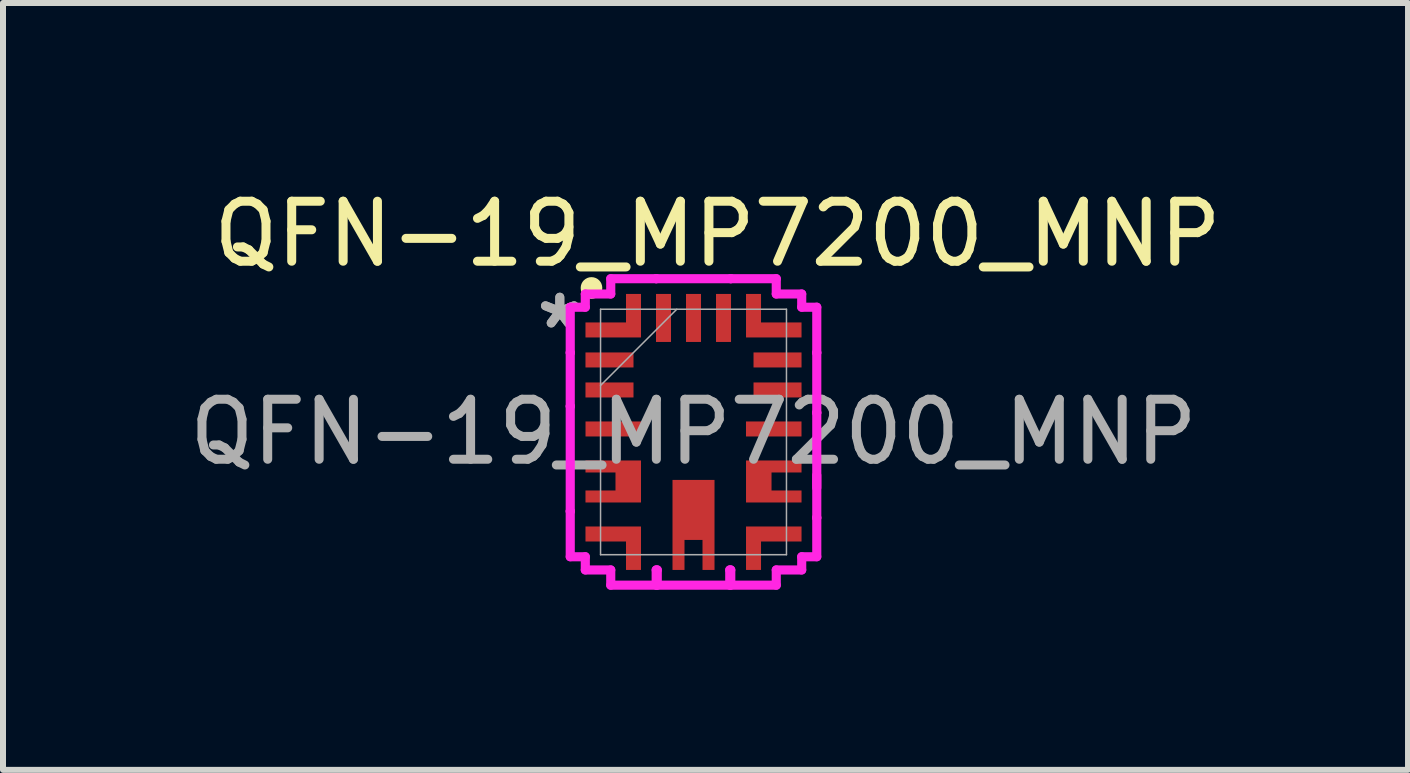
<source format=kicad_pcb>
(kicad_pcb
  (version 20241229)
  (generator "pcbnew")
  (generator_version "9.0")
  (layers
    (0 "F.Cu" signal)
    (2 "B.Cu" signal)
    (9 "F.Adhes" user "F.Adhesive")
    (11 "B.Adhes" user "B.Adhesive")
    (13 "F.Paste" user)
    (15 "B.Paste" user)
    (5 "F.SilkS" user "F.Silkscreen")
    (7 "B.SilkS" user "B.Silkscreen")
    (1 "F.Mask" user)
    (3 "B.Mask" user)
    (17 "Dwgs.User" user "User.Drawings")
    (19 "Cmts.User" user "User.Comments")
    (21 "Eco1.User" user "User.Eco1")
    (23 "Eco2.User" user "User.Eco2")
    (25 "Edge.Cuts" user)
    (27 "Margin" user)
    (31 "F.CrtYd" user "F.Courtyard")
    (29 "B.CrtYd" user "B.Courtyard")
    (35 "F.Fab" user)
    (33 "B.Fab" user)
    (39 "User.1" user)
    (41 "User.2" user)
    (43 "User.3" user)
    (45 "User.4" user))
  (footprint "QFN-19_MP7200_MNP"
    (layer "F.Cu")
    (at 8.506 4.148)
    (property "Reference" "QFN-19_MP7200_MNP" (at 0.4 -3.3 0) (unlocked yes) (layer "F.SilkS") (effects (font (size 1 1) (thickness 0.15))))
    (attr smd)
    (fp_poly (pts (xy -1.8 1.575) (xy -1.8 1.825) (xy -1.125 1.825) (xy -1.125 2.299) (xy -0.875 2.299) (xy -0.875 1.575)) (stroke (width 0) (type solid)) (fill yes) (layer "F.Cu"))
    (fp_poly (pts (xy -1.8 -1.825) (xy -1.8 -1.575) (xy -0.875 -1.575) (xy -0.875 -2.3) (xy -1.125 -2.3) (xy -1.125 -1.825)) (stroke (width 0) (type solid)) (fill yes) (layer "F.Cu"))
    (fp_poly (pts (xy 1.8 -1.825) (xy 1.8 -1.575) (xy 0.875 -1.575) (xy 0.875 -2.3) (xy 1.125 -2.3) (xy 1.125 -1.825)) (stroke (width 0) (type solid)) (fill yes) (layer "F.Cu"))
    (fp_poly (pts (xy 1.8 1.575) (xy 1.8 1.825) (xy 1.125 1.825) (xy 1.125 2.299) (xy 0.875 2.299) (xy 0.875 1.575)) (stroke (width 0) (type solid)) (fill yes) (layer "F.Cu"))
    (fp_poly (pts (xy -1.8 0.475) (xy -1.8 0.675) (xy -1.3 0.675) (xy -1.3 0.975) (xy -1.8 0.975) (xy -1.8 1.175) (xy -0.875 1.175) (xy -0.875 0.475)) (stroke (width 0) (type solid)) (fill yes) (layer "F.Cu"))
    (fp_poly (pts (xy -0.35 2.299) (xy -0.15 2.299) (xy -0.15 1.799) (xy 0.15 1.799) (xy 0.15 2.299) (xy 0.35 2.299) (xy 0.35 0.799) (xy -0.35 0.799)) (stroke (width 0) (type solid)) (fill yes) (layer "F.Cu"))
    (fp_poly (pts (xy 1.8 0.475) (xy 1.8 0.675) (xy 1.3 0.675) (xy 1.3 0.975) (xy 1.8 0.975) (xy 1.8 1.175) (xy 0.875 1.175) (xy 0.875 0.475)) (stroke (width 0) (type solid)) (fill yes) (layer "F.Cu"))
    (fp_poly (pts (xy -1.8 1.575) (xy -1.8 1.825) (xy -1.125 1.825) (xy -1.125 2.299) (xy -0.875 2.299) (xy -0.875 1.575)) (stroke (width 0) (type solid)) (fill yes) (layer "F.Mask"))
    (fp_poly (pts (xy -1.8 -1.825) (xy -1.8 -1.575) (xy -0.875 -1.575) (xy -0.875 -2.3) (xy -1.125 -2.3) (xy -1.125 -1.825)) (stroke (width 0) (type solid)) (fill yes) (layer "F.Mask"))
    (fp_poly (pts (xy 1.8 -1.825) (xy 1.8 -1.575) (xy 0.875 -1.575) (xy 0.875 -2.3) (xy 1.125 -2.3) (xy 1.125 -1.825)) (stroke (width 0) (type solid)) (fill yes) (layer "F.Mask"))
    (fp_poly (pts (xy 1.8 1.575) (xy 1.8 1.825) (xy 1.125 1.825) (xy 1.125 2.299) (xy 0.875 2.299) (xy 0.875 1.575)) (stroke (width 0) (type solid)) (fill yes) (layer "F.Mask"))
    (fp_poly (pts (xy -1.8 0.475) (xy -1.8 0.675) (xy -1.3 0.675) (xy -1.3 0.975) (xy -1.8 0.975) (xy -1.8 1.175) (xy -0.875 1.175) (xy -0.875 0.475)) (stroke (width 0) (type solid)) (fill yes) (layer "F.Mask"))
    (fp_poly (pts (xy -0.35 2.299) (xy -0.15 2.299) (xy -0.15 1.799) (xy 0.15 1.799) (xy 0.15 2.299) (xy 0.35 2.299) (xy 0.35 0.799) (xy -0.35 0.799)) (stroke (width 0) (type solid)) (fill yes) (layer "F.Mask"))
    (fp_poly (pts (xy 1.8 0.475) (xy 1.8 0.675) (xy 1.3 0.675) (xy 1.3 0.975) (xy 1.8 0.975) (xy 1.8 1.175) (xy 0.875 1.175) (xy 0.875 0.475)) (stroke (width 0) (type solid)) (fill yes) (layer "F.Mask"))
    (fp_circle (center -1.7 -2.4) (end -1.58 -2.4) (stroke (width 0.12) (type solid)) (fill yes) (layer "F.SilkS"))
    (fp_poly (pts (xy -1.8 1.575) (xy -1.8 1.825) (xy -1.125 1.825) (xy -1.125 2.299) (xy -0.875 2.299) (xy -0.875 1.575)) (stroke (width 0) (type solid)) (fill yes) (layer "F.Paste"))
    (fp_poly (pts (xy -1.8 -1.825) (xy -1.8 -1.575) (xy -0.875 -1.575) (xy -0.875 -2.3) (xy -1.125 -2.3) (xy -1.125 -1.825)) (stroke (width 0) (type solid)) (fill yes) (layer "F.Paste"))
    (fp_poly (pts (xy 1.8 -1.825) (xy 1.8 -1.575) (xy 0.875 -1.575) (xy 0.875 -2.3) (xy 1.125 -2.3) (xy 1.125 -1.825)) (stroke (width 0) (type solid)) (fill yes) (layer "F.Paste"))
    (fp_poly (pts (xy 1.8 1.575) (xy 1.8 1.825) (xy 1.125 1.825) (xy 1.125 2.299) (xy 0.875 2.299) (xy 0.875 1.575)) (stroke (width 0) (type solid)) (fill yes) (layer "F.Paste"))
    (fp_poly (pts (xy -1.8 0.475) (xy -1.8 0.675) (xy -1.3 0.675) (xy -1.3 0.975) (xy -1.8 0.975) (xy -1.8 1.175) (xy -0.875 1.175) (xy -0.875 0.475)) (stroke (width 0) (type solid)) (fill yes) (layer "F.Paste"))
    (fp_poly (pts (xy -0.35 2.299) (xy -0.15 2.299) (xy -0.15 1.799) (xy 0.15 1.799) (xy 0.15 2.299) (xy 0.35 2.299) (xy 0.35 0.799) (xy -0.35 0.799)) (stroke (width 0) (type solid)) (fill yes) (layer "F.Paste"))
    (fp_poly (pts (xy 1.8 0.475) (xy 1.8 0.675) (xy 1.3 0.675) (xy 1.3 0.975) (xy 1.8 0.975) (xy 1.8 1.175) (xy 0.875 1.175) (xy 0.875 0.475)) (stroke (width 0) (type solid)) (fill yes) (layer "F.Paste"))
    (fp_line (start -2.054 1.321) (end -2.054 2.079) (stroke (width 0.152) (type solid)) (layer "F.CrtYd"))
    (fp_line (start -2.054 2.079) (end -1.803 2.079) (stroke (width 0.152) (type solid)) (layer "F.CrtYd"))
    (fp_line (start -2.054 -1.321) (end -2.054 -0.429) (stroke (width 0.152) (type solid)) (layer "F.CrtYd"))
    (fp_line (start -2.054 -0.429) (end -2.054 -0.429) (stroke (width 0.152) (type solid)) (layer "F.CrtYd"))
    (fp_line (start -2.054 -2.079) (end -2.054 -1.321) (stroke (width 0.152) (type solid)) (layer "F.CrtYd"))
    (fp_line (start -2.054 -1.321) (end -2.054 -1.321) (stroke (width 0.152) (type solid)) (layer "F.CrtYd"))
    (fp_line (start -2.054 -0.429) (end -2.054 1.321) (stroke (width 0.152) (type solid)) (layer "F.CrtYd"))
    (fp_line (start -2.054 1.321) (end -2.054 1.321) (stroke (width 0.152) (type solid)) (layer "F.CrtYd"))
    (fp_line (start -1.803 -2.299) (end -1.803 -2.079) (stroke (width 0.152) (type solid)) (layer "F.CrtYd"))
    (fp_line (start -1.803 -2.079) (end -2.054 -2.079) (stroke (width 0.152) (type solid)) (layer "F.CrtYd"))
    (fp_line (start -1.803 2.079) (end -1.803 2.299) (stroke (width 0.152) (type solid)) (layer "F.CrtYd"))
    (fp_line (start -1.803 2.299) (end -1.379 2.299) (stroke (width 0.152) (type solid)) (layer "F.CrtYd"))
    (fp_line (start -1.379 2.299) (end -1.379 2.553) (stroke (width 0.152) (type solid)) (layer "F.CrtYd"))
    (fp_line (start -1.379 2.553) (end -0.622 2.553) (stroke (width 0.152) (type solid)) (layer "F.CrtYd"))
    (fp_line (start -1.379 -2.554) (end -1.379 -2.299) (stroke (width 0.152) (type solid)) (layer "F.CrtYd"))
    (fp_line (start -1.379 -2.299) (end -1.803 -2.299) (stroke (width 0.152) (type solid)) (layer "F.CrtYd"))
    (fp_line (start -0.622 2.299) (end -0.604 2.299) (stroke (width 0.152) (type solid)) (layer "F.CrtYd"))
    (fp_line (start -0.622 2.553) (end -0.622 2.299) (stroke (width 0.152) (type solid)) (layer "F.CrtYd"))
    (fp_line (start -0.621 -2.554) (end -1.379 -2.554) (stroke (width 0.152) (type solid)) (layer "F.CrtYd"))
    (fp_line (start -0.621 -2.554) (end -0.621 -2.554) (stroke (width 0.152) (type solid)) (layer "F.CrtYd"))
    (fp_line (start -0.604 2.299) (end -0.604 2.553) (stroke (width 0.152) (type solid)) (layer "F.CrtYd"))
    (fp_line (start -0.604 2.553) (end 0.604 2.553) (stroke (width 0.152) (type solid)) (layer "F.CrtYd"))
    (fp_line (start 0.604 2.299) (end 0.621 2.299) (stroke (width 0.152) (type solid)) (layer "F.CrtYd"))
    (fp_line (start 0.604 2.553) (end 0.604 2.299) (stroke (width 0.152) (type solid)) (layer "F.CrtYd"))
    (fp_line (start 0.621 -2.554) (end 0.621 -2.554) (stroke (width 0.152) (type solid)) (layer "F.CrtYd"))
    (fp_line (start 0.621 -2.554) (end -0.621 -2.554) (stroke (width 0.152) (type solid)) (layer "F.CrtYd"))
    (fp_line (start 0.621 2.299) (end 0.621 2.553) (stroke (width 0.152) (type solid)) (layer "F.CrtYd"))
    (fp_line (start 0.621 2.553) (end 1.379 2.553) (stroke (width 0.152) (type solid)) (layer "F.CrtYd"))
    (fp_line (start 1.379 -2.554) (end 0.621 -2.554) (stroke (width 0.152) (type solid)) (layer "F.CrtYd"))
    (fp_line (start 1.379 -2.299) (end 1.379 -2.554) (stroke (width 0.152) (type solid)) (layer "F.CrtYd"))
    (fp_line (start 1.379 2.299) (end 1.803 2.299) (stroke (width 0.152) (type solid)) (layer "F.CrtYd"))
    (fp_line (start 1.379 2.553) (end 1.379 2.299) (stroke (width 0.152) (type solid)) (layer "F.CrtYd"))
    (fp_line (start 1.803 -2.299) (end 1.379 -2.299) (stroke (width 0.152) (type solid)) (layer "F.CrtYd"))
    (fp_line (start 1.803 -2.079) (end 1.803 -2.299) (stroke (width 0.152) (type solid)) (layer "F.CrtYd"))
    (fp_line (start 1.803 2.079) (end 2.054 2.079) (stroke (width 0.152) (type solid)) (layer "F.CrtYd"))
    (fp_line (start 1.803 2.299) (end 1.803 2.079) (stroke (width 0.152) (type solid)) (layer "F.CrtYd"))
    (fp_line (start 2.054 -2.079) (end 1.803 -2.079) (stroke (width 0.152) (type solid)) (layer "F.CrtYd"))
    (fp_line (start 2.054 -1.321) (end 2.054 -2.079) (stroke (width 0.152) (type solid)) (layer "F.CrtYd"))
    (fp_line (start 2.054 -0.321) (end 2.054 -0.321) (stroke (width 0.152) (type solid)) (layer "F.CrtYd"))
    (fp_line (start 2.054 0.929) (end 2.054 -0.321) (stroke (width 0.152) (type solid)) (layer "F.CrtYd"))
    (fp_line (start 2.054 1.429) (end 2.054 0.721) (stroke (width 0.152) (type solid)) (layer "F.CrtYd"))
    (fp_line (start 2.054 1.429) (end 2.054 1.429) (stroke (width 0.152) (type solid)) (layer "F.CrtYd"))
    (fp_line (start 2.054 2.079) (end 2.054 1.429) (stroke (width 0.152) (type solid)) (layer "F.CrtYd"))
    (fp_line (start 2.054 -1.321) (end 2.054 -1.321) (stroke (width 0.152) (type solid)) (layer "F.CrtYd"))
    (fp_line (start 2.054 -0.321) (end 2.054 -1.321) (stroke (width 0.152) (type solid)) (layer "F.CrtYd"))
    (fp_line (start -1.549 -2.045) (end -1.549 2.045) (stroke (width 0.025) (type solid)) (layer "F.Fab"))
    (fp_line (start -1.549 -0.775) (end -0.279 -2.045) (stroke (width 0.025) (type solid)) (layer "F.Fab"))
    (fp_line (start -1.549 2.045) (end 1.549 2.045) (stroke (width 0.025) (type solid)) (layer "F.Fab"))
    (fp_line (start 1.549 -2.045) (end -1.549 -2.045) (stroke (width 0.025) (type solid)) (layer "F.Fab"))
    (fp_line (start 1.549 2.045) (end 1.549 -2.045) (stroke (width 0.025) (type solid)) (layer "F.Fab"))
    (fp_text user "*" (at -2.228 -1.7 0) (unlocked yes) (layer "F.Fab") (effects (font (size 1 1) (thickness 0.15))))
    (fp_text user "*" (at -2.228 -1.7 0) (layer "F.Fab") (effects (font (size 1 1) (thickness 0.15))))
    (fp_text user "${REFERENCE}" (at 0 0 0) (unlocked yes) (layer "F.Fab") (effects (font (size 1 1) (thickness 0.15))))
    (pad "1" smd rect (at -1.337 -1.7) (size 0.127 0.127) (layers "F.Cu" "F.Mask" "F.Paste"))
    (pad "2" smd rect (at -1.4 -1.2) (size 0.8 0.25) (layers "F.Cu" "F.Mask" "F.Paste"))
    (pad "3" smd rect (at -1.4 -0.7) (size 0.8 0.25) (layers "F.Cu" "F.Mask" "F.Paste"))
    (pad "4" smd rect (at -1.337 -0.05) (size 0.925 0.25) (layers "F.Cu" "F.Mask" "F.Paste"))
    (pad "5" smd rect (at -1.337 0.575) (size 0.127 0.127) (layers "F.Cu" "F.Mask" "F.Paste"))
    (pad "6" smd rect (at -1.337 1.075) (size 0.127 0.127) (layers "F.Cu" "F.Mask" "F.Paste"))
    (pad "7" smd rect (at -1.337 1.7) (size 0.127 0.127) (layers "F.Cu" "F.Mask" "F.Paste"))
    (pad "8" smd rect (at -0.25 1.837 90) (size 0.127 0.127) (layers "F.Cu" "F.Mask" "F.Paste"))
    (pad "9" smd rect (at 0.25 1.837 90) (size 0.127 0.127) (layers "F.Cu" "F.Mask" "F.Paste"))
    (pad "10" smd rect (at 1.337 1.7) (size 0.127 0.127) (layers "F.Cu" "F.Mask" "F.Paste"))
    (pad "11" smd rect (at 1.337 1.075) (size 0.127 0.127) (layers "F.Cu" "F.Mask" "F.Paste"))
    (pad "12" smd rect (at 1.337 0.575) (size 0.127 0.127) (layers "F.Cu" "F.Mask" "F.Paste"))
    (pad "13" smd rect (at 1.337 -0.05) (size 0.925 0.25) (layers "F.Cu" "F.Mask" "F.Paste"))
    (pad "14" smd rect (at 1.4 -0.7) (size 0.8 0.25) (layers "F.Cu" "F.Mask" "F.Paste"))
    (pad "15" smd rect (at 1.4 -1.2) (size 0.8 0.25) (layers "F.Cu" "F.Mask" "F.Paste"))
    (pad "16" smd rect (at 1.337 -1.7) (size 0.127 0.127) (layers "F.Cu" "F.Mask" "F.Paste"))
    (pad "17" smd rect (at 0.5 -1.9 90) (size 0.8 0.25) (layers "F.Cu" "F.Mask" "F.Paste"))
    (pad "18" smd rect (at 0 -1.9 90) (size 0.8 0.25) (layers "F.Cu" "F.Mask" "F.Paste"))
    (pad "19" smd rect (at -0.5 -1.9 90) (size 0.8 0.25) (layers "F.Cu" "F.Mask" "F.Paste")))
  (gr_rect
    (start -3 -3)
    (end 20.412 9.778)
    (stroke (width 0.1) (type default))
    (fill no)
    (layer "Edge.Cuts")))
</source>
